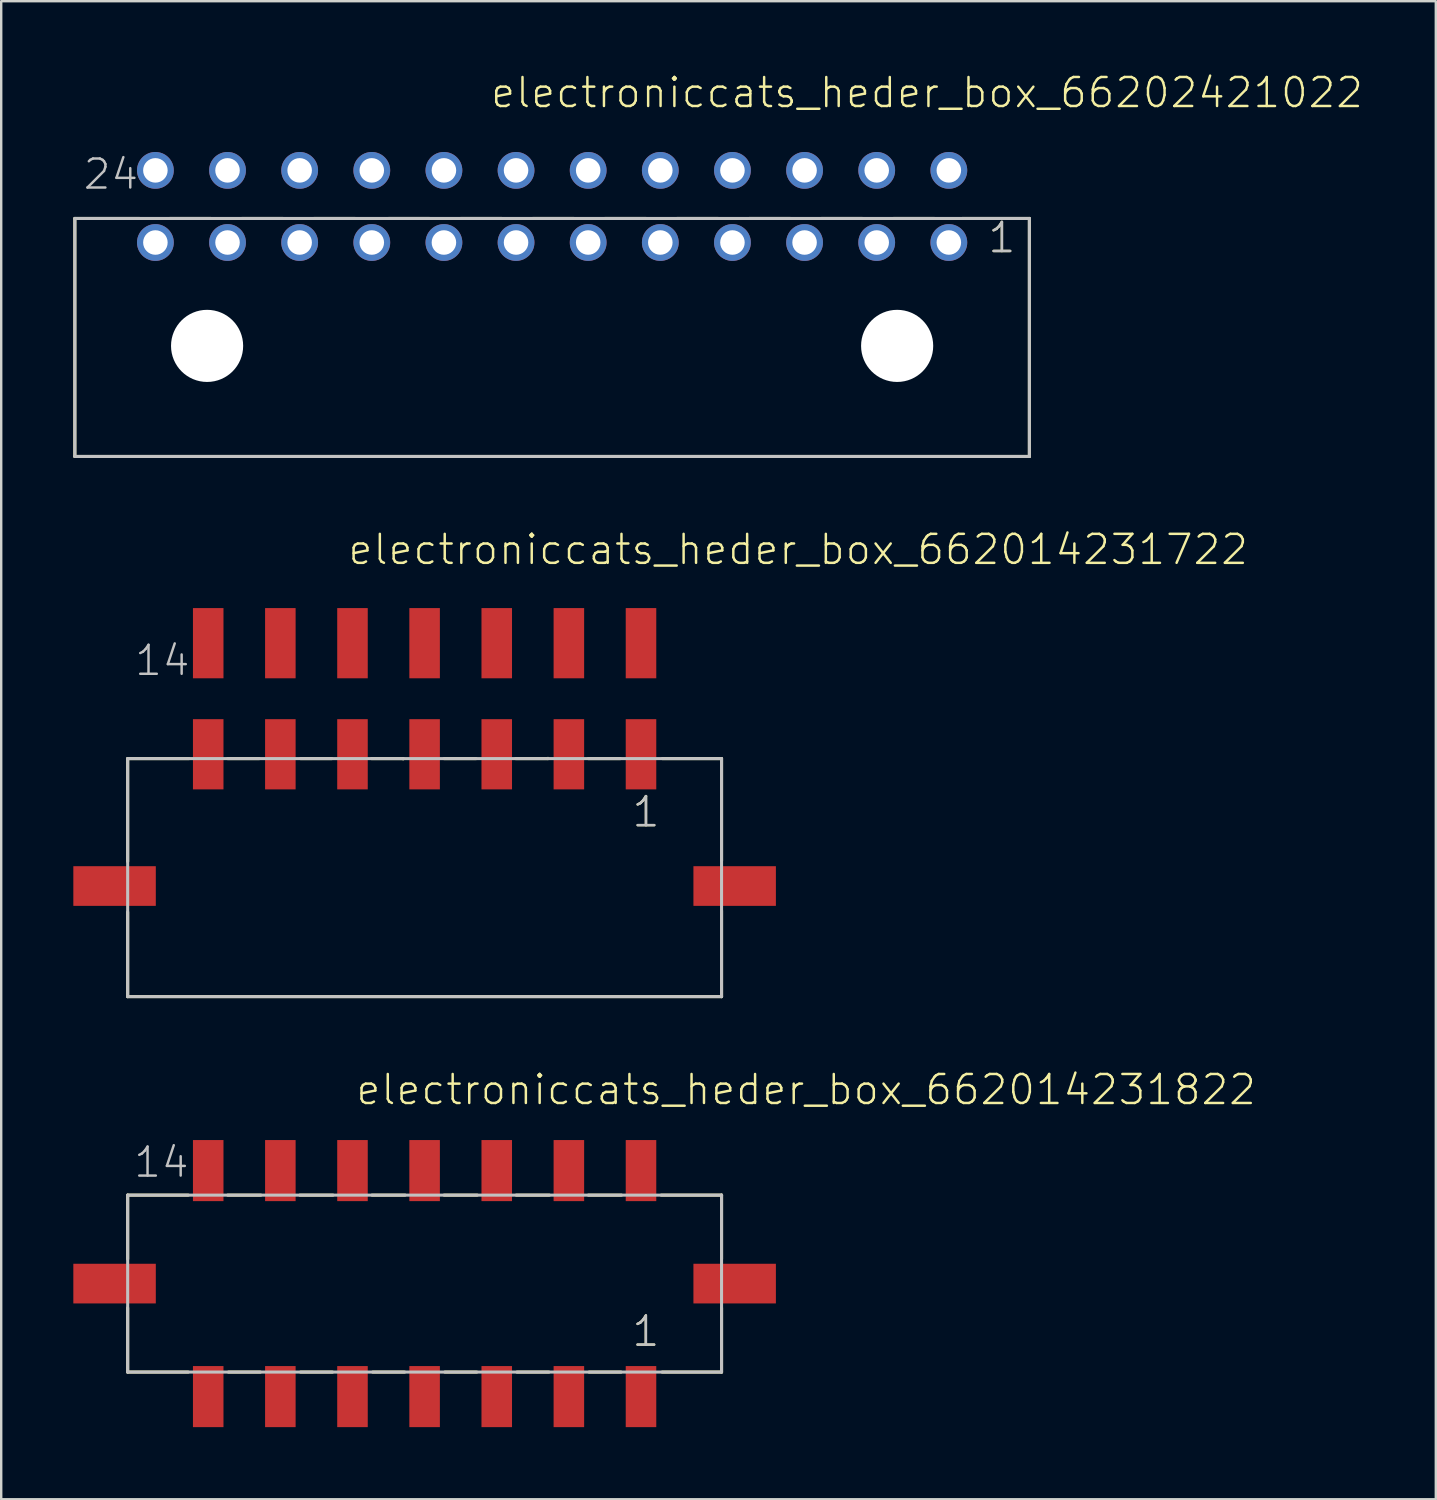
<source format=kicad_pcb>
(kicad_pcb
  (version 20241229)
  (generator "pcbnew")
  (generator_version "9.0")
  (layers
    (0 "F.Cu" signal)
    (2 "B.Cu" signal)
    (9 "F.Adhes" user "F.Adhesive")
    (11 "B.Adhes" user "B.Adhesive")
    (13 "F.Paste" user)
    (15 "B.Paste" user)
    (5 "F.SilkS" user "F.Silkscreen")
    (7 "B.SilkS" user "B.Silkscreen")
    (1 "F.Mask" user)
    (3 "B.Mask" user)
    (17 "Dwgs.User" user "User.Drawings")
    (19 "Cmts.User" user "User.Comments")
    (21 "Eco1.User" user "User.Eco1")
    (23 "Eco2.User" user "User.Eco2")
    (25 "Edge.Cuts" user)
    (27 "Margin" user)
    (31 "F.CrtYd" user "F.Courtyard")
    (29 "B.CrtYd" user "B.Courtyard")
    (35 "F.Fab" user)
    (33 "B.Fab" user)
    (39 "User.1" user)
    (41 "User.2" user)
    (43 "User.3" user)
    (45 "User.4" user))
  (footprint "electroniccats_heder_box_662014231722"
    (layer "F.Cu")
    (at 14.61 33.801)
    (property "Reference" "electroniccats_heder_box_662014231722" (at -3.25 -13.29 0) (layer "F.SilkS") (effects (font (size 1.206 1.206) (thickness 0.102)) (justify left bottom)))
    (attr through_hole)
    (fp_line (start -12.35 -5.3) (end -12.35 -1.02) (stroke (width 0.127) (type solid)) (layer "F.SilkS"))
    (fp_line (start -12.35 1.08) (end -12.35 4.6) (stroke (width 0.127) (type solid)) (layer "F.SilkS"))
    (fp_line (start -12.35 4.6) (end 12.35 4.6) (stroke (width 0.127) (type solid)) (layer "F.SilkS"))
    (fp_line (start -9.8 -5.3) (end -12.35 -5.3) (stroke (width 0.127) (type solid)) (layer "F.SilkS"))
    (fp_line (start -8.19 -5.3) (end -6.88 -5.3) (stroke (width 0.127) (type solid)) (layer "F.SilkS"))
    (fp_line (start -5.16 -5.3) (end -3.86 -5.3) (stroke (width 0.127) (type solid)) (layer "F.SilkS"))
    (fp_line (start -2.21 -5.3) (end -0.89 -5.3) (stroke (width 0.127) (type solid)) (layer "F.SilkS"))
    (fp_line (start -0.89 -5.3) (end -0.89 -5.29) (stroke (width 0.127) (type solid)) (layer "F.SilkS"))
    (fp_line (start 0.81 -5.3) (end 2.14 -5.3) (stroke (width 0.127) (type solid)) (layer "F.SilkS"))
    (fp_line (start 3.79 -5.3) (end 5.13 -5.3) (stroke (width 0.127) (type solid)) (layer "F.SilkS"))
    (fp_line (start 5.13 -5.3) (end 5.13 -5.31) (stroke (width 0.127) (type solid)) (layer "F.SilkS"))
    (fp_line (start 6.81 -5.3) (end 8.14 -5.3) (stroke (width 0.127) (type solid)) (layer "F.SilkS"))
    (fp_line (start 9.89 -5.3) (end 12.35 -5.3) (stroke (width 0.127) (type solid)) (layer "F.SilkS"))
    (fp_line (start 12.35 -5.3) (end 12.35 -1.05) (stroke (width 0.127) (type solid)) (layer "F.SilkS"))
    (fp_line (start 12.35 4.6) (end 12.35 1.02) (stroke (width 0.127) (type solid)) (layer "F.SilkS"))
    (fp_line (start -12.35 -5.3) (end 12.35 -5.3) (stroke (width 0.127) (type solid)) (layer "Dwgs.User"))
    (fp_line (start -12.35 4.6) (end -12.35 -5.3) (stroke (width 0.127) (type solid)) (layer "Dwgs.User"))
    (fp_line (start 12.35 -5.3) (end 12.35 4.6) (stroke (width 0.127) (type solid)) (layer "Dwgs.User"))
    (fp_line (start 12.35 4.6) (end -12.35 4.6) (stroke (width 0.127) (type solid)) (layer "Dwgs.User"))
    (fp_text user "1" (at 8.565 -2.38 0) (layer "F.SilkS") (effects (font (size 1.206 1.206) (thickness 0.102)) (justify left bottom)))
    (fp_text user "14" (at -12.125 -8.675 0) (layer "Dwgs.User") (effects (font (size 1.206 1.206) (thickness 0.102)) (justify left bottom)))
    (fp_text user "1" (at 8.565 -2.38 0) (layer "Dwgs.User") (effects (font (size 1.206 1.206) (thickness 0.102)) (justify left bottom)))
    (pad "1" smd rect (at 9 -5.48 90) (size 2.92 1.27) (layers "F.Cu" "F.Mask" "F.Paste"))
    (pad "2" smd rect (at 6 -5.48 90) (size 2.92 1.27) (layers "F.Cu" "F.Mask" "F.Paste"))
    (pad "3" smd rect (at 3 -5.48 90) (size 2.92 1.27) (layers "F.Cu" "F.Mask" "F.Paste"))
    (pad "4" smd rect (at 0 -5.48 90) (size 2.92 1.27) (layers "F.Cu" "F.Mask" "F.Paste"))
    (pad "5" smd rect (at -3 -5.48 90) (size 2.92 1.27) (layers "F.Cu" "F.Mask" "F.Paste"))
    (pad "6" smd rect (at -6 -5.48 90) (size 2.92 1.27) (layers "F.Cu" "F.Mask" "F.Paste"))
    (pad "7" smd rect (at -9 -5.48 90) (size 2.92 1.27) (layers "F.Cu" "F.Mask" "F.Paste"))
    (pad "8" smd rect (at 9 -10.1 90) (size 2.92 1.27) (layers "F.Cu" "F.Mask" "F.Paste"))
    (pad "9" smd rect (at 6 -10.1 90) (size 2.92 1.27) (layers "F.Cu" "F.Mask" "F.Paste"))
    (pad "10" smd rect (at 3 -10.1 90) (size 2.92 1.27) (layers "F.Cu" "F.Mask" "F.Paste"))
    (pad "11" smd rect (at 0 -10.1 90) (size 2.92 1.27) (layers "F.Cu" "F.Mask" "F.Paste"))
    (pad "12" smd rect (at -3 -10.1 90) (size 2.92 1.27) (layers "F.Cu" "F.Mask" "F.Paste"))
    (pad "13" smd rect (at -6 -10.1 90) (size 2.92 1.27) (layers "F.Cu" "F.Mask" "F.Paste"))
    (pad "14" smd rect (at -9 -10.1 90) (size 2.92 1.27) (layers "F.Cu" "F.Mask" "F.Paste"))
    (pad "M1" smd rect (at 12.895 0) (size 3.43 1.65) (layers "F.Cu" "F.Mask" "F.Paste"))
    (pad "M2" smd rect (at -12.895 0) (size 3.43 1.65) (layers "F.Cu" "F.Mask" "F.Paste")))
  (footprint "electroniccats_heder_box_662014231822"
    (layer "F.Cu")
    (at 14.61 50.336)
    (property "Reference" "electroniccats_heder_box_662014231822" (at -2.92 -7.36 0) (layer "F.SilkS") (effects (font (size 1.206 1.206) (thickness 0.102)) (justify left bottom)))
    (attr through_hole)
    (fp_line (start -12.35 -3.68) (end -12.35 -1.02) (stroke (width 0.127) (type solid)) (layer "F.SilkS"))
    (fp_line (start -12.35 1.01) (end -12.35 3.68) (stroke (width 0.127) (type solid)) (layer "F.SilkS"))
    (fp_line (start -9.83 -3.68) (end -12.35 -3.68) (stroke (width 0.127) (type solid)) (layer "F.SilkS"))
    (fp_line (start -9.83 3.68) (end -12.35 3.68) (stroke (width 0.127) (type solid)) (layer "F.SilkS"))
    (fp_line (start -8.19 -3.68) (end -6.81 -3.68) (stroke (width 0.127) (type solid)) (layer "F.SilkS"))
    (fp_line (start -8.16 3.68) (end -6.83 3.68) (stroke (width 0.127) (type solid)) (layer "F.SilkS"))
    (fp_line (start -5.19 -3.68) (end -3.81 -3.68) (stroke (width 0.127) (type solid)) (layer "F.SilkS"))
    (fp_line (start -5.16 3.68) (end -3.83 3.68) (stroke (width 0.127) (type solid)) (layer "F.SilkS"))
    (fp_line (start -2.19 -3.68) (end -0.81 -3.68) (stroke (width 0.127) (type solid)) (layer "F.SilkS"))
    (fp_line (start -2.16 3.68) (end -0.83 3.68) (stroke (width 0.127) (type solid)) (layer "F.SilkS"))
    (fp_line (start 0.81 -3.68) (end 2.19 -3.68) (stroke (width 0.127) (type solid)) (layer "F.SilkS"))
    (fp_line (start 0.84 3.68) (end 2.17 3.68) (stroke (width 0.127) (type solid)) (layer "F.SilkS"))
    (fp_line (start 3.81 -3.68) (end 5.19 -3.68) (stroke (width 0.127) (type solid)) (layer "F.SilkS"))
    (fp_line (start 3.84 3.68) (end 5.17 3.68) (stroke (width 0.127) (type solid)) (layer "F.SilkS"))
    (fp_line (start 6.81 -3.68) (end 8.19 -3.68) (stroke (width 0.127) (type solid)) (layer "F.SilkS"))
    (fp_line (start 6.84 3.68) (end 8.17 3.68) (stroke (width 0.127) (type solid)) (layer "F.SilkS"))
    (fp_line (start 9.84 -3.68) (end 12.35 -3.68) (stroke (width 0.127) (type solid)) (layer "F.SilkS"))
    (fp_line (start 12.35 -3.68) (end 12.35 -1.02) (stroke (width 0.127) (type solid)) (layer "F.SilkS"))
    (fp_line (start 12.35 1.01) (end 12.35 3.68) (stroke (width 0.127) (type solid)) (layer "F.SilkS"))
    (fp_line (start 12.35 3.68) (end 9.88 3.68) (stroke (width 0.127) (type solid)) (layer "F.SilkS"))
    (fp_line (start -12.35 -3.68) (end 12.35 -3.68) (stroke (width 0.127) (type solid)) (layer "Dwgs.User"))
    (fp_line (start -12.35 3.68) (end -12.35 -3.68) (stroke (width 0.127) (type solid)) (layer "Dwgs.User"))
    (fp_line (start 12.35 -3.68) (end 12.35 3.68) (stroke (width 0.127) (type solid)) (layer "Dwgs.User"))
    (fp_line (start 12.35 3.68) (end -12.35 3.68) (stroke (width 0.127) (type solid)) (layer "Dwgs.User"))
    (fp_text user "1" (at 8.56 2.69 0) (layer "F.SilkS") (effects (font (size 1.206 1.206) (thickness 0.102)) (justify left bottom)))
    (fp_text user "1" (at 8.56 2.69 0) (layer "Dwgs.User") (effects (font (size 1.206 1.206) (thickness 0.102)) (justify left bottom)))
    (fp_text user "14" (at -12.165 -4.34 0) (layer "Dwgs.User") (effects (font (size 1.206 1.206) (thickness 0.102)) (justify left bottom)))
    (pad "1" smd rect (at 9 4.7 90) (size 2.54 1.27) (layers "F.Cu" "F.Mask" "F.Paste"))
    (pad "2" smd rect (at 6 4.7 90) (size 2.54 1.27) (layers "F.Cu" "F.Mask" "F.Paste"))
    (pad "3" smd rect (at 3 4.7 90) (size 2.54 1.27) (layers "F.Cu" "F.Mask" "F.Paste"))
    (pad "4" smd rect (at 0 4.7 90) (size 2.54 1.27) (layers "F.Cu" "F.Mask" "F.Paste"))
    (pad "5" smd rect (at -3 4.7 90) (size 2.54 1.27) (layers "F.Cu" "F.Mask" "F.Paste"))
    (pad "6" smd rect (at -6 4.7 90) (size 2.54 1.27) (layers "F.Cu" "F.Mask" "F.Paste"))
    (pad "7" smd rect (at -9 4.7 90) (size 2.54 1.27) (layers "F.Cu" "F.Mask" "F.Paste"))
    (pad "8" smd rect (at 9 -4.7 90) (size 2.54 1.27) (layers "F.Cu" "F.Mask" "F.Paste"))
    (pad "9" smd rect (at 6 -4.7 90) (size 2.54 1.27) (layers "F.Cu" "F.Mask" "F.Paste"))
    (pad "10" smd rect (at 3 -4.7 90) (size 2.54 1.27) (layers "F.Cu" "F.Mask" "F.Paste"))
    (pad "11" smd rect (at 0 -4.7 90) (size 2.54 1.27) (layers "F.Cu" "F.Mask" "F.Paste"))
    (pad "12" smd rect (at -3 -4.7 90) (size 2.54 1.27) (layers "F.Cu" "F.Mask" "F.Paste"))
    (pad "13" smd rect (at -6 -4.7 90) (size 2.54 1.27) (layers "F.Cu" "F.Mask" "F.Paste"))
    (pad "14" smd rect (at -9 -4.7 90) (size 2.54 1.27) (layers "F.Cu" "F.Mask" "F.Paste"))
    (pad "M1" smd rect (at 12.895 0 180) (size 3.43 1.65) (layers "F.Cu" "F.Mask" "F.Paste"))
    (pad "M2" smd rect (at -12.895 0 180) (size 3.43 1.65) (layers "F.Cu" "F.Mask" "F.Paste")))
  (footprint "electroniccats_heder_box_66202421022"
    (layer "F.Cu")
    (at 19.913 11.336)
    (property "Reference" "electroniccats_heder_box_66202421022" (at -2.62 -9.825 0) (layer "F.SilkS") (effects (font (size 1.206 1.206) (thickness 0.102)) (justify left bottom)))
    (attr through_hole)
    (fp_line (start -19.85 4.6) (end -19.85 -5.3) (stroke (width 0.127) (type solid)) (layer "F.SilkS"))
    (fp_line (start -17.16 -5.3) (end -19.85 -5.3) (stroke (width 0.127) (type solid)) (layer "F.SilkS"))
    (fp_line (start -15.9 -5.3) (end -14.2 -5.3) (stroke (width 0.127) (type solid)) (layer "F.SilkS"))
    (fp_line (start -12.9 -5.3) (end -11.2 -5.3) (stroke (width 0.127) (type solid)) (layer "F.SilkS"))
    (fp_line (start -9.9 -5.3) (end -8.2 -5.3) (stroke (width 0.127) (type solid)) (layer "F.SilkS"))
    (fp_line (start -6.8 -5.3) (end -5.1 -5.3) (stroke (width 0.127) (type solid)) (layer "F.SilkS"))
    (fp_line (start -3.8 -5.3) (end -2.1 -5.3) (stroke (width 0.127) (type solid)) (layer "F.SilkS"))
    (fp_line (start -0.8 -5.3) (end 0.9 -5.3) (stroke (width 0.127) (type solid)) (layer "F.SilkS"))
    (fp_line (start 2.2 -5.3) (end 3.9 -5.3) (stroke (width 0.127) (type solid)) (layer "F.SilkS"))
    (fp_line (start 5.2 -5.3) (end 6.9 -5.3) (stroke (width 0.127) (type solid)) (layer "F.SilkS"))
    (fp_line (start 8.2 -5.3) (end 9.9 -5.3) (stroke (width 0.127) (type solid)) (layer "F.SilkS"))
    (fp_line (start 11.2 -5.3) (end 12.9 -5.3) (stroke (width 0.127) (type solid)) (layer "F.SilkS"))
    (fp_line (start 14.2 -5.3) (end 15.9 -5.3) (stroke (width 0.127) (type solid)) (layer "F.SilkS"))
    (fp_line (start 17.06 -5.3) (end 19.85 -5.3) (stroke (width 0.127) (type solid)) (layer "F.SilkS"))
    (fp_line (start 19.85 -5.3) (end 19.85 4.6) (stroke (width 0.127) (type solid)) (layer "F.SilkS"))
    (fp_line (start 19.85 4.6) (end -19.85 4.6) (stroke (width 0.127) (type solid)) (layer "F.SilkS"))
    (fp_line (start -19.85 -5.3) (end 19.85 -5.3) (stroke (width 0.127) (type solid)) (layer "Dwgs.User"))
    (fp_line (start -19.85 4.6) (end -19.85 -5.3) (stroke (width 0.127) (type solid)) (layer "Dwgs.User"))
    (fp_line (start 19.85 -5.3) (end 19.85 4.6) (stroke (width 0.127) (type solid)) (layer "Dwgs.User"))
    (fp_line (start 19.85 4.6) (end -19.85 4.6) (stroke (width 0.127) (type solid)) (layer "Dwgs.User"))
    (fp_text user "1" (at 18.065 -3.795 0) (layer "F.SilkS") (effects (font (size 1.206 1.206) (thickness 0.102)) (justify left bottom)))
    (fp_text user "1" (at 18.065 -3.795 0) (layer "Dwgs.User") (effects (font (size 1.206 1.206) (thickness 0.102)) (justify left bottom)))
    (fp_text user "24" (at -19.565 -6.435 0) (layer "Dwgs.User") (effects (font (size 1.206 1.206) (thickness 0.102)) (justify left bottom)))
    (pad "" np_thru_hole circle (at -14.35 0) (size 3 3) (drill 3) (layers "*.Cu"))
    (pad "" np_thru_hole circle (at 14.35 0) (size 3 3) (drill 3) (layers "*.Cu"))
    (pad "1" thru_hole circle (at 16.5 -4.3) (size 1.53 1.53) (drill 1.02) (layers "*.Cu" "*.Mask"))
    (pad "2" thru_hole circle (at 13.5 -4.3) (size 1.53 1.53) (drill 1.02) (layers "*.Cu" "*.Mask"))
    (pad "3" thru_hole circle (at 10.5 -4.3) (size 1.53 1.53) (drill 1.02) (layers "*.Cu" "*.Mask"))
    (pad "4" thru_hole circle (at 7.5 -4.3) (size 1.53 1.53) (drill 1.02) (layers "*.Cu" "*.Mask"))
    (pad "5" thru_hole circle (at 4.5 -4.3) (size 1.53 1.53) (drill 1.02) (layers "*.Cu" "*.Mask"))
    (pad "6" thru_hole circle (at 1.5 -4.3) (size 1.53 1.53) (drill 1.02) (layers "*.Cu" "*.Mask"))
    (pad "7" thru_hole circle (at -1.5 -4.3) (size 1.53 1.53) (drill 1.02) (layers "*.Cu" "*.Mask"))
    (pad "8" thru_hole circle (at -4.5 -4.3) (size 1.53 1.53) (drill 1.02) (layers "*.Cu" "*.Mask"))
    (pad "9" thru_hole circle (at -7.5 -4.3) (size 1.53 1.53) (drill 1.02) (layers "*.Cu" "*.Mask"))
    (pad "10" thru_hole circle (at -10.5 -4.3) (size 1.53 1.53) (drill 1.02) (layers "*.Cu" "*.Mask"))
    (pad "11" thru_hole circle (at -13.5 -4.3) (size 1.53 1.53) (drill 1.02) (layers "*.Cu" "*.Mask"))
    (pad "12" thru_hole circle (at -16.5 -4.3) (size 1.53 1.53) (drill 1.02) (layers "*.Cu" "*.Mask"))
    (pad "13" thru_hole circle (at 16.5 -7.3) (size 1.53 1.53) (drill 1.02) (layers "*.Cu" "*.Mask"))
    (pad "14" thru_hole circle (at 13.5 -7.3) (size 1.53 1.53) (drill 1.02) (layers "*.Cu" "*.Mask"))
    (pad "15" thru_hole circle (at 10.5 -7.3) (size 1.53 1.53) (drill 1.02) (layers "*.Cu" "*.Mask"))
    (pad "16" thru_hole circle (at 7.5 -7.3) (size 1.53 1.53) (drill 1.02) (layers "*.Cu" "*.Mask"))
    (pad "17" thru_hole circle (at 4.5 -7.3) (size 1.53 1.53) (drill 1.02) (layers "*.Cu" "*.Mask"))
    (pad "18" thru_hole circle (at 1.5 -7.3) (size 1.53 1.53) (drill 1.02) (layers "*.Cu" "*.Mask"))
    (pad "19" thru_hole circle (at -1.5 -7.3) (size 1.53 1.53) (drill 1.02) (layers "*.Cu" "*.Mask"))
    (pad "20" thru_hole circle (at -4.5 -7.3) (size 1.53 1.53) (drill 1.02) (layers "*.Cu" "*.Mask"))
    (pad "21" thru_hole circle (at -7.5 -7.3) (size 1.53 1.53) (drill 1.02) (layers "*.Cu" "*.Mask"))
    (pad "22" thru_hole circle (at -10.5 -7.3) (size 1.53 1.53) (drill 1.02) (layers "*.Cu" "*.Mask"))
    (pad "23" thru_hole circle (at -13.5 -7.3) (size 1.53 1.53) (drill 1.02) (layers "*.Cu" "*.Mask"))
    (pad "24" thru_hole circle (at -16.5 -7.3) (size 1.53 1.53) (drill 1.02) (layers "*.Cu" "*.Mask")))
  (gr_rect
    (start -3 -3)
    (end 56.667 59.306)
    (stroke (width 0.1) (type default))
    (fill no)
    (layer "Edge.Cuts")))
</source>
